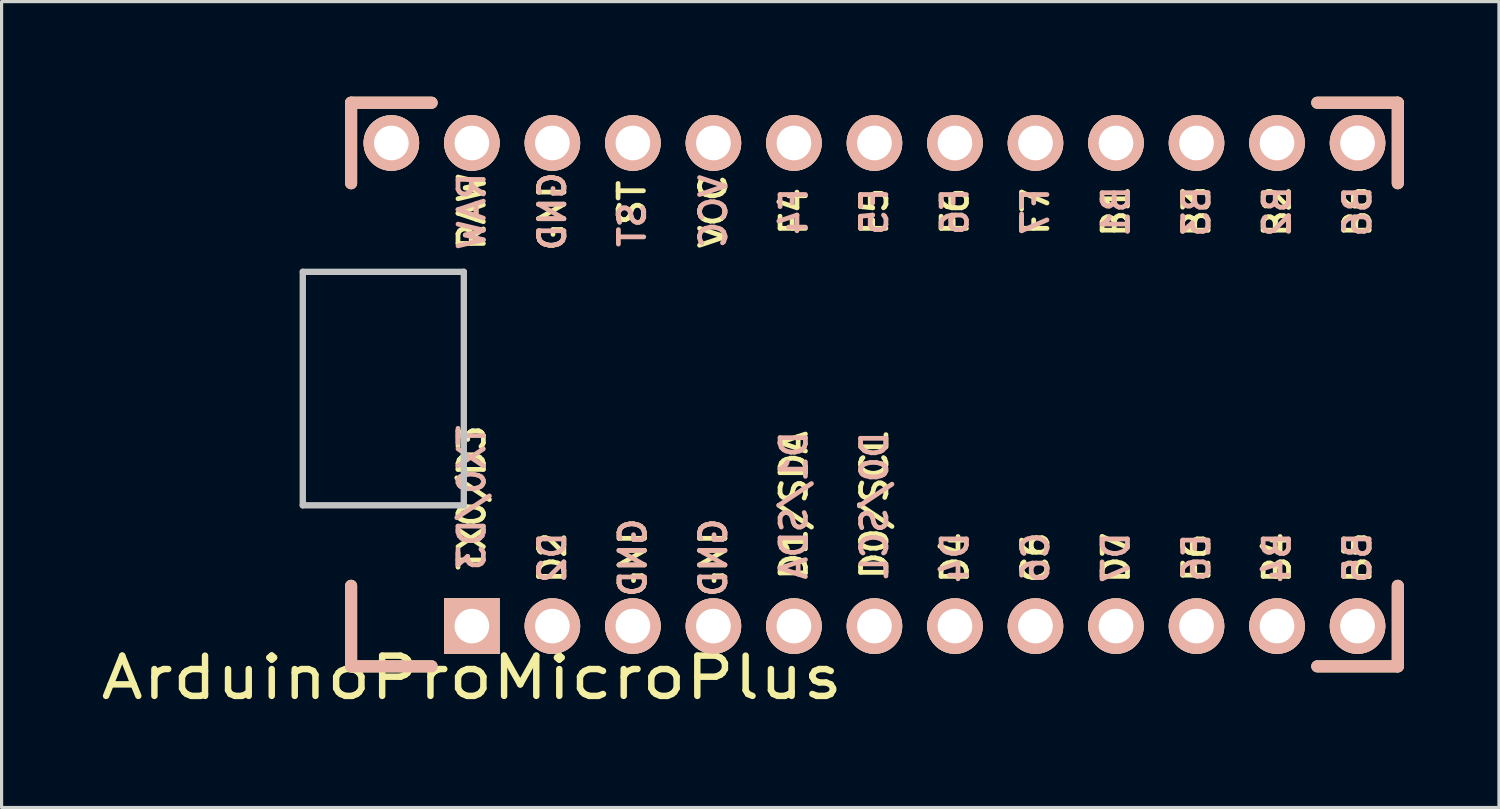
<source format=kicad_pcb>
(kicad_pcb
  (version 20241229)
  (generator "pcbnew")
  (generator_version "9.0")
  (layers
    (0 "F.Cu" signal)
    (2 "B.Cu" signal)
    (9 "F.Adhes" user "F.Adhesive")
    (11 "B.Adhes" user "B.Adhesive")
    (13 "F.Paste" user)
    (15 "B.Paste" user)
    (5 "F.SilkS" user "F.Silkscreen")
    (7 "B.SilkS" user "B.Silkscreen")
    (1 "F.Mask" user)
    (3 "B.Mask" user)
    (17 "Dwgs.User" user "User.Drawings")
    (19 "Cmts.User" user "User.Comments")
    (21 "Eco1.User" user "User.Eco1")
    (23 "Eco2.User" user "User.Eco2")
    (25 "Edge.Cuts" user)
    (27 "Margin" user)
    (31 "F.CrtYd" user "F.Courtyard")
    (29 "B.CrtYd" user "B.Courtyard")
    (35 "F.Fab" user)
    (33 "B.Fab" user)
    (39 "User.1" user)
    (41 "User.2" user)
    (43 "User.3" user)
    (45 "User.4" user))
  (footprint "ArduinoProMicroPlus"
    (layer "F.Cu")
    (at 11.836 16.701)
    (property "Reference" "ArduinoProMicroPlus" (at 0 1.625 180) (layer "F.SilkS") (effects (font (size 1.27 1.524) (thickness 0.203))))
    (attr through_hole)
    (fp_line (start -3.81 -16.51) (end -3.81 -13.97) (stroke (width 0.381) (type solid)) (layer "F.SilkS"))
    (fp_line (start -3.81 -1.27) (end -3.81 1.27) (stroke (width 0.381) (type solid)) (layer "F.SilkS"))
    (fp_line (start -3.81 1.27) (end -1.27 1.27) (stroke (width 0.381) (type solid)) (layer "F.SilkS"))
    (fp_line (start -1.27 -16.51) (end -3.81 -16.51) (stroke (width 0.381) (type solid)) (layer "F.SilkS"))
    (fp_line (start 29.21 -16.51) (end 26.67 -16.51) (stroke (width 0.381) (type solid)) (layer "F.SilkS"))
    (fp_line (start 29.21 -16.51) (end 29.21 -13.97) (stroke (width 0.381) (type solid)) (layer "F.SilkS"))
    (fp_line (start 29.21 -1.27) (end 29.21 1.27) (stroke (width 0.381) (type solid)) (layer "F.SilkS"))
    (fp_line (start 29.21 1.27) (end 26.67 1.27) (stroke (width 0.381) (type solid)) (layer "F.SilkS"))
    (fp_line (start -3.81 -16.51) (end -3.81 -13.97) (stroke (width 0.381) (type solid)) (layer "B.SilkS"))
    (fp_line (start -3.81 -1.27) (end -3.81 1.27) (stroke (width 0.381) (type solid)) (layer "B.SilkS"))
    (fp_line (start -1.27 -16.51) (end -3.81 -16.51) (stroke (width 0.381) (type solid)) (layer "B.SilkS"))
    (fp_line (start -1.27 1.27) (end -3.81 1.27) (stroke (width 0.381) (type solid)) (layer "B.SilkS"))
    (fp_line (start 29.21 -16.51) (end 26.67 -16.51) (stroke (width 0.381) (type solid)) (layer "B.SilkS"))
    (fp_line (start 29.21 -16.51) (end 29.21 -13.97) (stroke (width 0.381) (type solid)) (layer "B.SilkS"))
    (fp_line (start 29.21 -1.27) (end 29.21 1.27) (stroke (width 0.381) (type solid)) (layer "B.SilkS"))
    (fp_line (start 29.21 1.27) (end 26.67 1.27) (stroke (width 0.381) (type solid)) (layer "B.SilkS"))
    (fp_line (start -5.334 -11.176) (end -0.254 -11.176) (stroke (width 0.2) (type solid)) (layer "Dwgs.User"))
    (fp_line (start -5.334 -3.81) (end -5.334 -11.176) (stroke (width 0.2) (type solid)) (layer "Dwgs.User"))
    (fp_line (start -0.254 -11.176) (end -0.254 -3.81) (stroke (width 0.2) (type solid)) (layer "Dwgs.User"))
    (fp_line (start -0.254 -3.81) (end -5.334 -3.81) (stroke (width 0.2) (type solid)) (layer "Dwgs.User"))
    (fp_text user "F6" (at 15.24 -13.081 90) (layer "F.SilkS") (effects (font (size 0.8 0.8) (thickness 0.15))))
    (fp_text user "B6" (at 27.94 -13.081 90) (layer "F.SilkS") (effects (font (size 0.8 0.8) (thickness 0.15))))
    (fp_text user "GND" (at 7.62 -2.159 90) (layer "F.SilkS") (effects (font (size 0.8 0.8) (thickness 0.15))))
    (fp_text user "D1/SDA" (at 10.16 -3.81 90) (layer "F.SilkS") (effects (font (size 0.8 0.8) (thickness 0.15))))
    (fp_text user "GND" (at 5.08 -2.159 90) (layer "F.SilkS") (effects (font (size 0.8 0.8) (thickness 0.15))))
    (fp_text user "ST" (at 5.05 -13.353 90) (layer "F.SilkS") (effects (font (size 0.8 0.8) (thickness 0.15))))
    (fp_text user "TX0/D3" (at 0.000001 -4.048 90) (layer "F.SilkS") (effects (font (size 0.8 0.8) (thickness 0.15))))
    (fp_text user "RAW" (at 0 -13.081 90) (layer "F.SilkS") (effects (font (size 0.8 0.8) (thickness 0.15))))
    (fp_text user "B3" (at 22.86 -13.081 90) (layer "F.SilkS") (effects (font (size 0.8 0.8) (thickness 0.15))))
    (fp_text user "B1" (at 20.32 -13.081 90) (layer "F.SilkS") (effects (font (size 0.8 0.8) (thickness 0.15))))
    (fp_text user "VCC" (at 7.62 -13.081 90) (layer "F.SilkS") (effects (font (size 0.8 0.8) (thickness 0.15))))
    (fp_text user "F5" (at 12.7 -13.081 90) (layer "F.SilkS") (effects (font (size 0.8 0.8) (thickness 0.15))))
    (fp_text user "D4" (at 15.24 -2.159 90) (layer "F.SilkS") (effects (font (size 0.8 0.8) (thickness 0.15))))
    (fp_text user "D2" (at 2.54 -2.159 90) (layer "F.SilkS") (effects (font (size 0.8 0.8) (thickness 0.15))))
    (fp_text user "F4" (at 10.16 -13.081 90) (layer "F.SilkS") (effects (font (size 0.8 0.8) (thickness 0.15))))
    (fp_text user "D7" (at 20.32 -2.159 90) (layer "F.SilkS") (effects (font (size 0.8 0.8) (thickness 0.15))))
    (fp_text user "GND" (at 2.54 -13.081 90) (layer "F.SilkS") (effects (font (size 0.8 0.8) (thickness 0.15))))
    (fp_text user "B2" (at 25.4 -13.081 90) (layer "F.SilkS") (effects (font (size 0.8 0.8) (thickness 0.15))))
    (fp_text user "F7" (at 17.78 -13.081 90) (layer "F.SilkS") (effects (font (size 0.8 0.8) (thickness 0.15))))
    (fp_text user "E6" (at 22.86 -2.159 90) (layer "F.SilkS") (effects (font (size 0.8 0.8) (thickness 0.15))))
    (fp_text user "C6" (at 17.78 -2.159 90) (layer "F.SilkS") (effects (font (size 0.8 0.8) (thickness 0.15))))
    (fp_text user "B5" (at 27.94 -2.159 90) (layer "F.SilkS") (effects (font (size 0.8 0.8) (thickness 0.15))))
    (fp_text user "B4" (at 25.4 -2.159 90) (layer "F.SilkS") (effects (font (size 0.8 0.8) (thickness 0.15))))
    (fp_text user "D0/SCL" (at 12.7 -3.81 90) (layer "F.SilkS") (effects (font (size 0.8 0.8) (thickness 0.15))))
    (fp_text user "C6" (at 17.78 -2.159 90) (layer "B.SilkS") (effects (font (size 0.8 0.8) (thickness 0.15)) (justify mirror)))
    (fp_text user "ST" (at 5.06 -12.66 90) (layer "B.SilkS") (effects (font (size 0.8 0.8) (thickness 0.15)) (justify mirror)))
    (fp_text user "VCC" (at 7.62 -13.081 90) (layer "B.SilkS") (effects (font (size 0.8 0.8) (thickness 0.15)) (justify mirror)))
    (fp_text user "D2" (at 2.54 -2.159 90) (layer "B.SilkS") (effects (font (size 0.8 0.8) (thickness 0.15)) (justify mirror)))
    (fp_text user "B4" (at 25.4 -2.159 90) (layer "B.SilkS") (effects (font (size 0.8 0.8) (thickness 0.15)) (justify mirror)))
    (fp_text user "B3" (at 22.86 -13.081 90) (layer "B.SilkS") (effects (font (size 0.8 0.8) (thickness 0.15)) (justify mirror)))
    (fp_text user "D7" (at 20.32 -2.159 90) (layer "B.SilkS") (effects (font (size 0.8 0.8) (thickness 0.15)) (justify mirror)))
    (fp_text user "B1" (at 20.32 -13.081 90) (layer "B.SilkS") (effects (font (size 0.8 0.8) (thickness 0.15)) (justify mirror)))
    (fp_text user "B2" (at 25.4 -13.081 90) (layer "B.SilkS") (effects (font (size 0.8 0.8) (thickness 0.15)) (justify mirror)))
    (fp_text user "E6" (at 22.86 -2.159 90) (layer "B.SilkS") (effects (font (size 0.8 0.8) (thickness 0.15)) (justify mirror)))
    (fp_text user "B6" (at 27.94 -13.081 90) (layer "B.SilkS") (effects (font (size 0.8 0.8) (thickness 0.15)) (justify mirror)))
    (fp_text user "GND" (at 7.62 -2.159 90) (layer "B.SilkS") (effects (font (size 0.8 0.8) (thickness 0.15)) (justify mirror)))
    (fp_text user "GND" (at 5.08 -2.159 90) (layer "B.SilkS") (effects (font (size 0.8 0.8) (thickness 0.15)) (justify mirror)))
    (fp_text user "D1/SDA" (at 10.16 -3.81 90) (layer "B.SilkS") (effects (font (size 0.8 0.8) (thickness 0.15)) (justify mirror)))
    (fp_text user "F4" (at 10.16 -13.081 90) (layer "B.SilkS") (effects (font (size 0.8 0.8) (thickness 0.15)) (justify mirror)))
    (fp_text user "B5" (at 27.94 -2.159 90) (layer "B.SilkS") (effects (font (size 0.8 0.8) (thickness 0.15)) (justify mirror)))
    (fp_text user "F5" (at 12.7 -13.081 90) (layer "B.SilkS") (effects (font (size 0.8 0.8) (thickness 0.15)) (justify mirror)))
    (fp_text user "TX0/D3" (at 0.000001 -4.048 90) (layer "B.SilkS") (effects (font (size 0.8 0.8) (thickness 0.15)) (justify mirror)))
    (fp_text user "F6" (at 15.24 -13.081 90) (layer "B.SilkS") (effects (font (size 0.8 0.8) (thickness 0.15)) (justify mirror)))
    (fp_text user "D0/SCL" (at 12.7 -3.81 90) (layer "B.SilkS") (effects (font (size 0.8 0.8) (thickness 0.15)) (justify mirror)))
    (fp_text user "F7" (at 17.78 -13.081 90) (layer "B.SilkS") (effects (font (size 0.8 0.8) (thickness 0.15)) (justify mirror)))
    (fp_text user "GND" (at 2.54 -13.081 90) (layer "B.SilkS") (effects (font (size 0.8 0.8) (thickness 0.15)) (justify mirror)))
    (fp_text user "RAW" (at 0 -13.081 90) (layer "B.SilkS") (effects (font (size 0.8 0.8) (thickness 0.15)) (justify mirror)))
    (fp_text user "D4" (at 15.24 -2.159 90) (layer "B.SilkS") (effects (font (size 0.8 0.8) (thickness 0.15)) (justify mirror)))
    (pad "1" thru_hole rect (at 0 0) (size 1.753 1.753) (drill 1.092) (layers "*.Cu" "*.SilkS" "*.Mask"))
    (pad "2" thru_hole circle (at 2.54 0) (size 1.753 1.753) (drill 1.092) (layers "*.Cu" "*.SilkS" "*.Mask"))
    (pad "3" thru_hole circle (at 5.08 0) (size 1.753 1.753) (drill 1.092) (layers "*.Cu" "*.SilkS" "*.Mask"))
    (pad "4" thru_hole circle (at 7.62 0) (size 1.753 1.753) (drill 1.092) (layers "*.Cu" "*.SilkS" "*.Mask"))
    (pad "5" thru_hole circle (at 10.16 0) (size 1.753 1.753) (drill 1.092) (layers "*.Cu" "*.SilkS" "*.Mask"))
    (pad "6" thru_hole circle (at 12.7 0) (size 1.753 1.753) (drill 1.092) (layers "*.Cu" "*.SilkS" "*.Mask"))
    (pad "7" thru_hole circle (at 15.24 0) (size 1.753 1.753) (drill 1.092) (layers "*.Cu" "*.SilkS" "*.Mask"))
    (pad "8" thru_hole circle (at 17.78 0) (size 1.753 1.753) (drill 1.092) (layers "*.Cu" "*.SilkS" "*.Mask"))
    (pad "9" thru_hole circle (at 20.32 0) (size 1.753 1.753) (drill 1.092) (layers "*.Cu" "*.SilkS" "*.Mask"))
    (pad "10" thru_hole circle (at 22.86 0) (size 1.753 1.753) (drill 1.092) (layers "*.Cu" "*.SilkS" "*.Mask"))
    (pad "11" thru_hole circle (at 25.4 0) (size 1.753 1.753) (drill 1.092) (layers "*.Cu" "*.SilkS" "*.Mask"))
    (pad "12" thru_hole circle (at 27.94 0) (size 1.753 1.753) (drill 1.092) (layers "*.Cu" "*.SilkS" "*.Mask"))
    (pad "13" thru_hole circle (at 27.94 -15.24) (size 1.753 1.753) (drill 1.092) (layers "*.Cu" "*.SilkS" "*.Mask"))
    (pad "14" thru_hole circle (at 25.4 -15.24) (size 1.753 1.753) (drill 1.092) (layers "*.Cu" "*.SilkS" "*.Mask"))
    (pad "15" thru_hole circle (at 22.86 -15.24) (size 1.753 1.753) (drill 1.092) (layers "*.Cu" "*.SilkS" "*.Mask"))
    (pad "16" thru_hole circle (at 20.32 -15.24) (size 1.753 1.753) (drill 1.092) (layers "*.Cu" "*.SilkS" "*.Mask"))
    (pad "17" thru_hole circle (at 17.78 -15.24) (size 1.753 1.753) (drill 1.092) (layers "*.Cu" "*.SilkS" "*.Mask"))
    (pad "18" thru_hole circle (at 15.24 -15.24) (size 1.753 1.753) (drill 1.092) (layers "*.Cu" "*.SilkS" "*.Mask"))
    (pad "19" thru_hole circle (at 12.7 -15.24) (size 1.753 1.753) (drill 1.092) (layers "*.Cu" "*.SilkS" "*.Mask"))
    (pad "20" thru_hole circle (at 10.16 -15.24) (size 1.753 1.753) (drill 1.092) (layers "*.Cu" "*.SilkS" "*.Mask"))
    (pad "21" thru_hole circle (at 7.62 -15.24) (size 1.753 1.753) (drill 1.092) (layers "*.Cu" "*.SilkS" "*.Mask"))
    (pad "22" thru_hole circle (at 5.08 -15.24) (size 1.753 1.753) (drill 1.092) (layers "*.Cu" "*.SilkS" "*.Mask"))
    (pad "23" thru_hole circle (at 2.54 -15.24) (size 1.753 1.753) (drill 1.092) (layers "*.Cu" "*.SilkS" "*.Mask"))
    (pad "24" thru_hole circle (at 0 -15.24) (size 1.753 1.753) (drill 1.092) (layers "*.Cu" "*.SilkS" "*.Mask"))
    (pad "25" thru_hole circle (at -2.54 -15.24) (size 1.753 1.753) (drill 1.092) (layers "*.Cu" "*.SilkS" "*.Mask")))
  (gr_rect
    (start -3 -3)
    (end 44.237 22.425)
    (stroke (width 0.1) (type default))
    (fill no)
    (layer "Edge.Cuts")))
</source>
